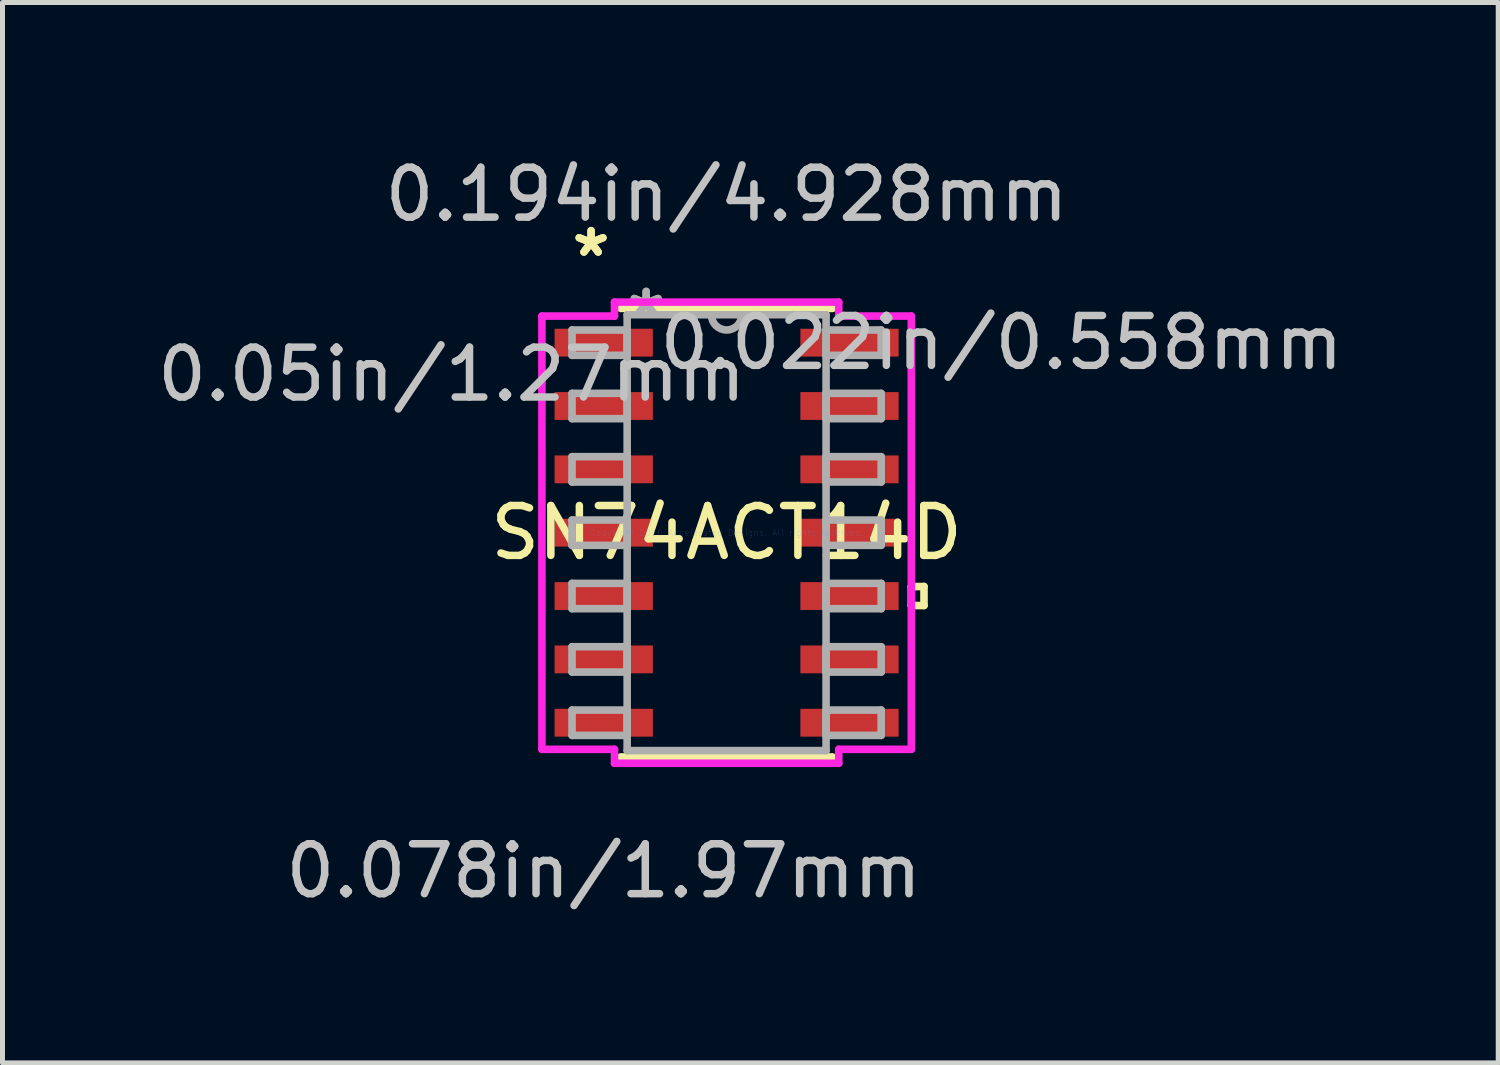
<source format=kicad_pcb>
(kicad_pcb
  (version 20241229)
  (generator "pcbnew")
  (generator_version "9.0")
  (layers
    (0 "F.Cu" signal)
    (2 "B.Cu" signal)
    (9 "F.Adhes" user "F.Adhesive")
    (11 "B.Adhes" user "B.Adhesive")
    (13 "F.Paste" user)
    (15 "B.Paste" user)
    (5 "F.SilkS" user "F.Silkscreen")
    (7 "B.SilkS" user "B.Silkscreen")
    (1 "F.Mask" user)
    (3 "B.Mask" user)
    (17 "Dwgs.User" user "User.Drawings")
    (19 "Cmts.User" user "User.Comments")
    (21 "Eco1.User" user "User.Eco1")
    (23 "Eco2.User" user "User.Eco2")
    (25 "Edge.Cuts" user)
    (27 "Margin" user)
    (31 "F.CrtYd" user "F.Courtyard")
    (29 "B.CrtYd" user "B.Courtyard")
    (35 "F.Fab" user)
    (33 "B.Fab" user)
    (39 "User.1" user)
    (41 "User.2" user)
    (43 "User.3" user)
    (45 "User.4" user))
  (footprint "SN74ACT14D"
    (layer "F.Cu")
    (at 11.518 7.63)
    (property "Reference" "SN74ACT14D" (at 0 0 0) (layer "F.SilkS") (effects (font (size 1 1) (thickness 0.15))))
    (attr through_hole)
    (fp_line (start -2.121 4.496) (end 2.121 4.496) (stroke (width 0.152) (type solid)) (layer "F.SilkS"))
    (fp_line (start 2.121 -4.496) (end -2.121 -4.496) (stroke (width 0.152) (type solid)) (layer "F.SilkS"))
    (fp_line (start 3.703 1.079) (end 3.957 1.079) (stroke (width 0.152) (type solid)) (layer "F.SilkS"))
    (fp_line (start 3.703 1.46) (end 3.703 1.079) (stroke (width 0.152) (type solid)) (layer "F.SilkS"))
    (fp_line (start 3.957 1.079) (end 3.957 1.46) (stroke (width 0.152) (type solid)) (layer "F.SilkS"))
    (fp_line (start 3.957 1.46) (end 3.703 1.46) (stroke (width 0.152) (type solid)) (layer "F.SilkS"))
    (fp_line (start -3.703 -4.343) (end -2.248 -4.343) (stroke (width 0.152) (type solid)) (layer "F.CrtYd"))
    (fp_line (start -3.703 4.343) (end -3.703 -4.343) (stroke (width 0.152) (type solid)) (layer "F.CrtYd"))
    (fp_line (start -2.248 -4.623) (end 2.248 -4.623) (stroke (width 0.152) (type solid)) (layer "F.CrtYd"))
    (fp_line (start -2.248 -4.343) (end -2.248 -4.623) (stroke (width 0.152) (type solid)) (layer "F.CrtYd"))
    (fp_line (start -2.248 4.343) (end -3.703 4.343) (stroke (width 0.152) (type solid)) (layer "F.CrtYd"))
    (fp_line (start -2.248 4.623) (end -2.248 4.343) (stroke (width 0.152) (type solid)) (layer "F.CrtYd"))
    (fp_line (start 2.248 -4.623) (end 2.248 -4.343) (stroke (width 0.152) (type solid)) (layer "F.CrtYd"))
    (fp_line (start 2.248 -4.343) (end 3.703 -4.343) (stroke (width 0.152) (type solid)) (layer "F.CrtYd"))
    (fp_line (start 2.248 4.343) (end 2.248 4.623) (stroke (width 0.152) (type solid)) (layer "F.CrtYd"))
    (fp_line (start 2.248 4.623) (end -2.248 4.623) (stroke (width 0.152) (type solid)) (layer "F.CrtYd"))
    (fp_line (start 3.703 -4.343) (end 3.703 4.343) (stroke (width 0.152) (type solid)) (layer "F.CrtYd"))
    (fp_line (start 3.703 4.343) (end 2.248 4.343) (stroke (width 0.152) (type solid)) (layer "F.CrtYd"))
    (fp_line (start -3.099 -4.064) (end -3.099 -3.556) (stroke (width 0.152) (type solid)) (layer "F.Fab"))
    (fp_line (start -3.099 -3.556) (end -1.994 -3.556) (stroke (width 0.152) (type solid)) (layer "F.Fab"))
    (fp_line (start -3.099 -2.794) (end -3.099 -2.286) (stroke (width 0.152) (type solid)) (layer "F.Fab"))
    (fp_line (start -3.099 -2.286) (end -1.994 -2.286) (stroke (width 0.152) (type solid)) (layer "F.Fab"))
    (fp_line (start -3.099 -1.524) (end -3.099 -1.016) (stroke (width 0.152) (type solid)) (layer "F.Fab"))
    (fp_line (start -3.099 -1.016) (end -1.994 -1.016) (stroke (width 0.152) (type solid)) (layer "F.Fab"))
    (fp_line (start -3.099 -0.254) (end -3.099 0.254) (stroke (width 0.152) (type solid)) (layer "F.Fab"))
    (fp_line (start -3.099 0.254) (end -1.994 0.254) (stroke (width 0.152) (type solid)) (layer "F.Fab"))
    (fp_line (start -3.099 1.016) (end -3.099 1.524) (stroke (width 0.152) (type solid)) (layer "F.Fab"))
    (fp_line (start -3.099 1.524) (end -1.994 1.524) (stroke (width 0.152) (type solid)) (layer "F.Fab"))
    (fp_line (start -3.099 2.286) (end -3.099 2.794) (stroke (width 0.152) (type solid)) (layer "F.Fab"))
    (fp_line (start -3.099 2.794) (end -1.994 2.794) (stroke (width 0.152) (type solid)) (layer "F.Fab"))
    (fp_line (start -3.099 3.556) (end -3.099 4.064) (stroke (width 0.152) (type solid)) (layer "F.Fab"))
    (fp_line (start -3.099 4.064) (end -1.994 4.064) (stroke (width 0.152) (type solid)) (layer "F.Fab"))
    (fp_line (start -1.994 -4.369) (end -1.994 4.369) (stroke (width 0.152) (type solid)) (layer "F.Fab"))
    (fp_line (start -1.994 -4.064) (end -3.099 -4.064) (stroke (width 0.152) (type solid)) (layer "F.Fab"))
    (fp_line (start -1.994 -3.556) (end -1.994 -4.064) (stroke (width 0.152) (type solid)) (layer "F.Fab"))
    (fp_line (start -1.994 -2.794) (end -3.099 -2.794) (stroke (width 0.152) (type solid)) (layer "F.Fab"))
    (fp_line (start -1.994 -2.286) (end -1.994 -2.794) (stroke (width 0.152) (type solid)) (layer "F.Fab"))
    (fp_line (start -1.994 -1.524) (end -3.099 -1.524) (stroke (width 0.152) (type solid)) (layer "F.Fab"))
    (fp_line (start -1.994 -1.016) (end -1.994 -1.524) (stroke (width 0.152) (type solid)) (layer "F.Fab"))
    (fp_line (start -1.994 -0.254) (end -3.099 -0.254) (stroke (width 0.152) (type solid)) (layer "F.Fab"))
    (fp_line (start -1.994 0.254) (end -1.994 -0.254) (stroke (width 0.152) (type solid)) (layer "F.Fab"))
    (fp_line (start -1.994 1.016) (end -3.099 1.016) (stroke (width 0.152) (type solid)) (layer "F.Fab"))
    (fp_line (start -1.994 1.524) (end -1.994 1.016) (stroke (width 0.152) (type solid)) (layer "F.Fab"))
    (fp_line (start -1.994 2.286) (end -3.099 2.286) (stroke (width 0.152) (type solid)) (layer "F.Fab"))
    (fp_line (start -1.994 2.794) (end -1.994 2.286) (stroke (width 0.152) (type solid)) (layer "F.Fab"))
    (fp_line (start -1.994 3.556) (end -3.099 3.556) (stroke (width 0.152) (type solid)) (layer "F.Fab"))
    (fp_line (start -1.994 4.064) (end -1.994 3.556) (stroke (width 0.152) (type solid)) (layer "F.Fab"))
    (fp_line (start -1.994 4.369) (end 1.994 4.369) (stroke (width 0.152) (type solid)) (layer "F.Fab"))
    (fp_line (start 1.994 -4.369) (end -1.994 -4.369) (stroke (width 0.152) (type solid)) (layer "F.Fab"))
    (fp_line (start 1.994 -4.064) (end 1.994 -3.556) (stroke (width 0.152) (type solid)) (layer "F.Fab"))
    (fp_line (start 1.994 -3.556) (end 3.099 -3.556) (stroke (width 0.152) (type solid)) (layer "F.Fab"))
    (fp_line (start 1.994 -2.794) (end 1.994 -2.286) (stroke (width 0.152) (type solid)) (layer "F.Fab"))
    (fp_line (start 1.994 -2.286) (end 3.099 -2.286) (stroke (width 0.152) (type solid)) (layer "F.Fab"))
    (fp_line (start 1.994 -1.524) (end 1.994 -1.016) (stroke (width 0.152) (type solid)) (layer "F.Fab"))
    (fp_line (start 1.994 -1.016) (end 3.099 -1.016) (stroke (width 0.152) (type solid)) (layer "F.Fab"))
    (fp_line (start 1.994 -0.254) (end 1.994 0.254) (stroke (width 0.152) (type solid)) (layer "F.Fab"))
    (fp_line (start 1.994 0.254) (end 3.099 0.254) (stroke (width 0.152) (type solid)) (layer "F.Fab"))
    (fp_line (start 1.994 1.016) (end 1.994 1.524) (stroke (width 0.152) (type solid)) (layer "F.Fab"))
    (fp_line (start 1.994 1.524) (end 3.099 1.524) (stroke (width 0.152) (type solid)) (layer "F.Fab"))
    (fp_line (start 1.994 2.286) (end 1.994 2.794) (stroke (width 0.152) (type solid)) (layer "F.Fab"))
    (fp_line (start 1.994 2.794) (end 3.099 2.794) (stroke (width 0.152) (type solid)) (layer "F.Fab"))
    (fp_line (start 1.994 3.556) (end 1.994 4.064) (stroke (width 0.152) (type solid)) (layer "F.Fab"))
    (fp_line (start 1.994 4.064) (end 3.099 4.064) (stroke (width 0.152) (type solid)) (layer "F.Fab"))
    (fp_line (start 1.994 4.369) (end 1.994 -4.369) (stroke (width 0.152) (type solid)) (layer "F.Fab"))
    (fp_line (start 3.099 -4.064) (end 1.994 -4.064) (stroke (width 0.152) (type solid)) (layer "F.Fab"))
    (fp_line (start 3.099 -3.556) (end 3.099 -4.064) (stroke (width 0.152) (type solid)) (layer "F.Fab"))
    (fp_line (start 3.099 -2.794) (end 1.994 -2.794) (stroke (width 0.152) (type solid)) (layer "F.Fab"))
    (fp_line (start 3.099 -2.286) (end 3.099 -2.794) (stroke (width 0.152) (type solid)) (layer "F.Fab"))
    (fp_line (start 3.099 -1.524) (end 1.994 -1.524) (stroke (width 0.152) (type solid)) (layer "F.Fab"))
    (fp_line (start 3.099 -1.016) (end 3.099 -1.524) (stroke (width 0.152) (type solid)) (layer "F.Fab"))
    (fp_line (start 3.099 -0.254) (end 1.994 -0.254) (stroke (width 0.152) (type solid)) (layer "F.Fab"))
    (fp_line (start 3.099 0.254) (end 3.099 -0.254) (stroke (width 0.152) (type solid)) (layer "F.Fab"))
    (fp_line (start 3.099 1.016) (end 1.994 1.016) (stroke (width 0.152) (type solid)) (layer "F.Fab"))
    (fp_line (start 3.099 1.524) (end 3.099 1.016) (stroke (width 0.152) (type solid)) (layer "F.Fab"))
    (fp_line (start 3.099 2.286) (end 1.994 2.286) (stroke (width 0.152) (type solid)) (layer "F.Fab"))
    (fp_line (start 3.099 2.794) (end 3.099 2.286) (stroke (width 0.152) (type solid)) (layer "F.Fab"))
    (fp_line (start 3.099 3.556) (end 1.994 3.556) (stroke (width 0.152) (type solid)) (layer "F.Fab"))
    (fp_line (start 3.099 4.064) (end 3.099 3.556) (stroke (width 0.152) (type solid)) (layer "F.Fab"))
    (fp_arc (start 0.3048 -4.3688) (mid 0 -4.064) (end -0.3048 -4.3688) (stroke (width 0.1524) (type solid)) (layer "F.Fab"))
    (fp_text user "*" (at -2.718 -5.511 0) (layer "F.SilkS") (effects (font (size 1 1) (thickness 0.15))))
    (fp_text user "*" (at -2.718 -5.511 0) (layer "F.SilkS") (effects (font (size 1 1) (thickness 0.15))))
    (fp_text user "0.078in/1.97mm" (at -2.464 6.782 0) (layer "Dwgs.User") (effects (font (size 1 1) (thickness 0.15))))
    (fp_text user "0.194in/4.928mm" (at 0 -6.782 0) (layer "Dwgs.User") (effects (font (size 1 1) (thickness 0.15))))
    (fp_text user "0.022in/0.558mm" (at 5.512 -3.81 0) (layer "Dwgs.User") (effects (font (size 1 1) (thickness 0.15))))
    (fp_text user "0.05in/1.27mm" (at -5.512 -3.175 0) (layer "Dwgs.User") (effects (font (size 1 1) (thickness 0.15))))
    (fp_text user "Copyright 2016 Accelerated Designs. All rights reserved." (at 0 0 0) (layer "Cmts.User") (effects (font (size 0.127 0.127) (thickness 0.002))))
    (fp_text user "*" (at -1.613 -4.293 0) (layer "F.Fab") (effects (font (size 1 1) (thickness 0.15))))
    (fp_text user "*" (at -1.613 -4.293 0) (layer "F.Fab") (effects (font (size 1 1) (thickness 0.15))))
    (pad "1" smd rect (at -2.464 -3.81) (size 1.97 0.558) (layers "F.Cu" "F.Mask" "F.Paste"))
    (pad "2" smd rect (at -2.464 -2.54) (size 1.97 0.558) (layers "F.Cu" "F.Mask" "F.Paste"))
    (pad "3" smd rect (at -2.464 -1.27) (size 1.97 0.558) (layers "F.Cu" "F.Mask" "F.Paste"))
    (pad "4" smd rect (at -2.464 0) (size 1.97 0.558) (layers "F.Cu" "F.Mask" "F.Paste"))
    (pad "5" smd rect (at -2.464 1.27) (size 1.97 0.558) (layers "F.Cu" "F.Mask" "F.Paste"))
    (pad "6" smd rect (at -2.464 2.54) (size 1.97 0.558) (layers "F.Cu" "F.Mask" "F.Paste"))
    (pad "7" smd rect (at -2.464 3.81) (size 1.97 0.558) (layers "F.Cu" "F.Mask" "F.Paste"))
    (pad "8" smd rect (at 2.464 3.81) (size 1.97 0.558) (layers "F.Cu" "F.Mask" "F.Paste"))
    (pad "9" smd rect (at 2.464 2.54) (size 1.97 0.558) (layers "F.Cu" "F.Mask" "F.Paste"))
    (pad "10" smd rect (at 2.464 1.27) (size 1.97 0.558) (layers "F.Cu" "F.Mask" "F.Paste"))
    (pad "11" smd rect (at 2.464 0) (size 1.97 0.558) (layers "F.Cu" "F.Mask" "F.Paste"))
    (pad "12" smd rect (at 2.464 -1.27) (size 1.97 0.558) (layers "F.Cu" "F.Mask" "F.Paste"))
    (pad "13" smd rect (at 2.464 -2.54) (size 1.97 0.558) (layers "F.Cu" "F.Mask" "F.Paste"))
    (pad "14" smd rect (at 2.464 -3.81) (size 1.97 0.558) (layers "F.Cu" "F.Mask" "F.Paste")))
  (gr_rect
    (start -3 -3)
    (end 26.988 18.26)
    (stroke (width 0.1) (type default))
    (fill no)
    (layer "Edge.Cuts")))
</source>
